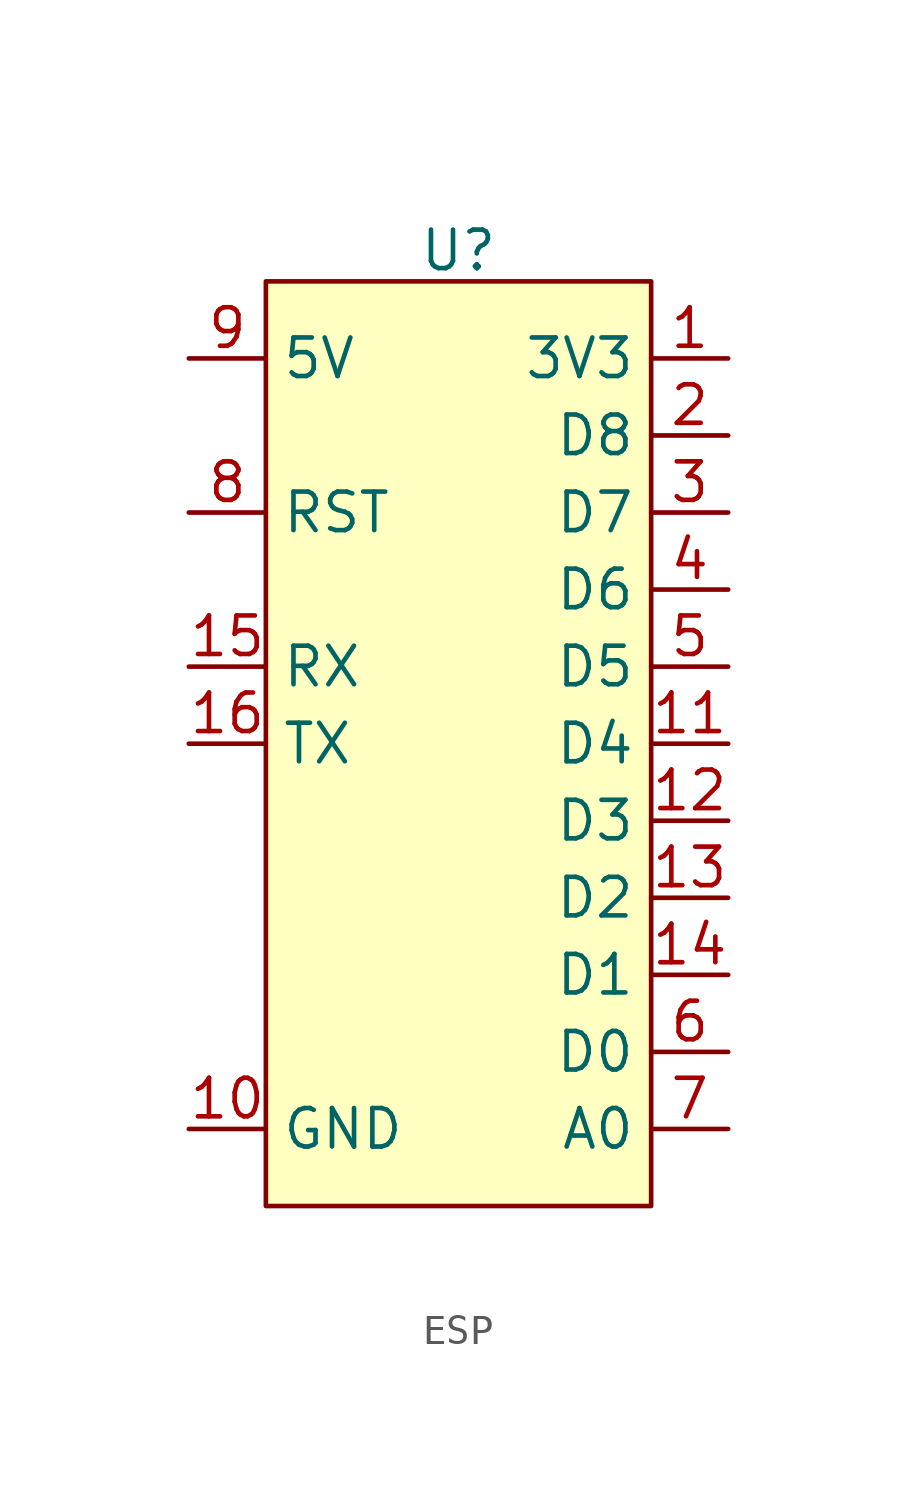
<source format=kicad_sym>
(kicad_symbol_lib
  (version 20231120)
  (generator "kicad_symbol_editor")
  (generator_version "8.0")
  (symbol "ESP"
    (property "Reference" "U"
      (at 0 1.016 0)
      (effects (font (size 1.27 1.27))))
    (property "Value" ""
      (at 0 0 0)
      (effects (font (size 1.27 1.27))))
    (symbol "ESP_1_1"
      (rectangle (start -6.35 0) (end 6.35 -30.48) (stroke (width 0) (type default)) (fill (type background)))
      (pin power_out line (at 8.89 -2.54 180) (length 2.54) (name "3V3" (effects (font (size 1.27 1.27)))) (number "1" (effects (font (size 1.27 1.27)))))
      (pin power_in line (at -8.89 -27.94 0) (length 2.54) (name "GND" (effects (font (size 1.27 1.27)))) (number "10" (effects (font (size 1.27 1.27)))))
      (pin output line (at 8.89 -15.24 180) (length 2.54) (name "D4" (effects (font (size 1.27 1.27)))) (number "11" (effects (font (size 1.27 1.27)))))
      (pin output line (at 8.89 -17.78 180) (length 2.54) (name "D3" (effects (font (size 1.27 1.27)))) (number "12" (effects (font (size 1.27 1.27)))))
      (pin output line (at 8.89 -20.32 180) (length 2.54) (name "D2" (effects (font (size 1.27 1.27)))) (number "13" (effects (font (size 1.27 1.27)))))
      (pin output line (at 8.89 -22.86 180) (length 2.54) (name "D1" (effects (font (size 1.27 1.27)))) (number "14" (effects (font (size 1.27 1.27)))))
      (pin input line (at -8.89 -12.7 0) (length 2.54) (name "RX" (effects (font (size 1.27 1.27)))) (number "15" (effects (font (size 1.27 1.27)))))
      (pin input line (at -8.89 -15.24 0) (length 2.54) (name "TX" (effects (font (size 1.27 1.27)))) (number "16" (effects (font (size 1.27 1.27)))))
      (pin output line (at 8.89 -5.08 180) (length 2.54) (name "D8" (effects (font (size 1.27 1.27)))) (number "2" (effects (font (size 1.27 1.27)))))
      (pin output line (at 8.89 -7.62 180) (length 2.54) (name "D7" (effects (font (size 1.27 1.27)))) (number "3" (effects (font (size 1.27 1.27)))))
      (pin output line (at 8.89 -10.16 180) (length 2.54) (name "D6" (effects (font (size 1.27 1.27)))) (number "4" (effects (font (size 1.27 1.27)))))
      (pin output line (at 8.89 -12.7 180) (length 2.54) (name "D5" (effects (font (size 1.27 1.27)))) (number "5" (effects (font (size 1.27 1.27)))))
      (pin output line (at 8.89 -25.4 180) (length 2.54) (name "D0" (effects (font (size 1.27 1.27)))) (number "6" (effects (font (size 1.27 1.27)))))
      (pin output line (at 8.89 -27.94 180) (length 2.54) (name "A0" (effects (font (size 1.27 1.27)))) (number "7" (effects (font (size 1.27 1.27)))))
      (pin input line (at -8.89 -7.62 0) (length 2.54) (name "RST" (effects (font (size 1.27 1.27)))) (number "8" (effects (font (size 1.27 1.27)))))
      (pin power_in line (at -8.89 -2.54 0) (length 2.54) (name "5V" (effects (font (size 1.27 1.27)))) (number "9" (effects (font (size 1.27 1.27))))))))
</source>
